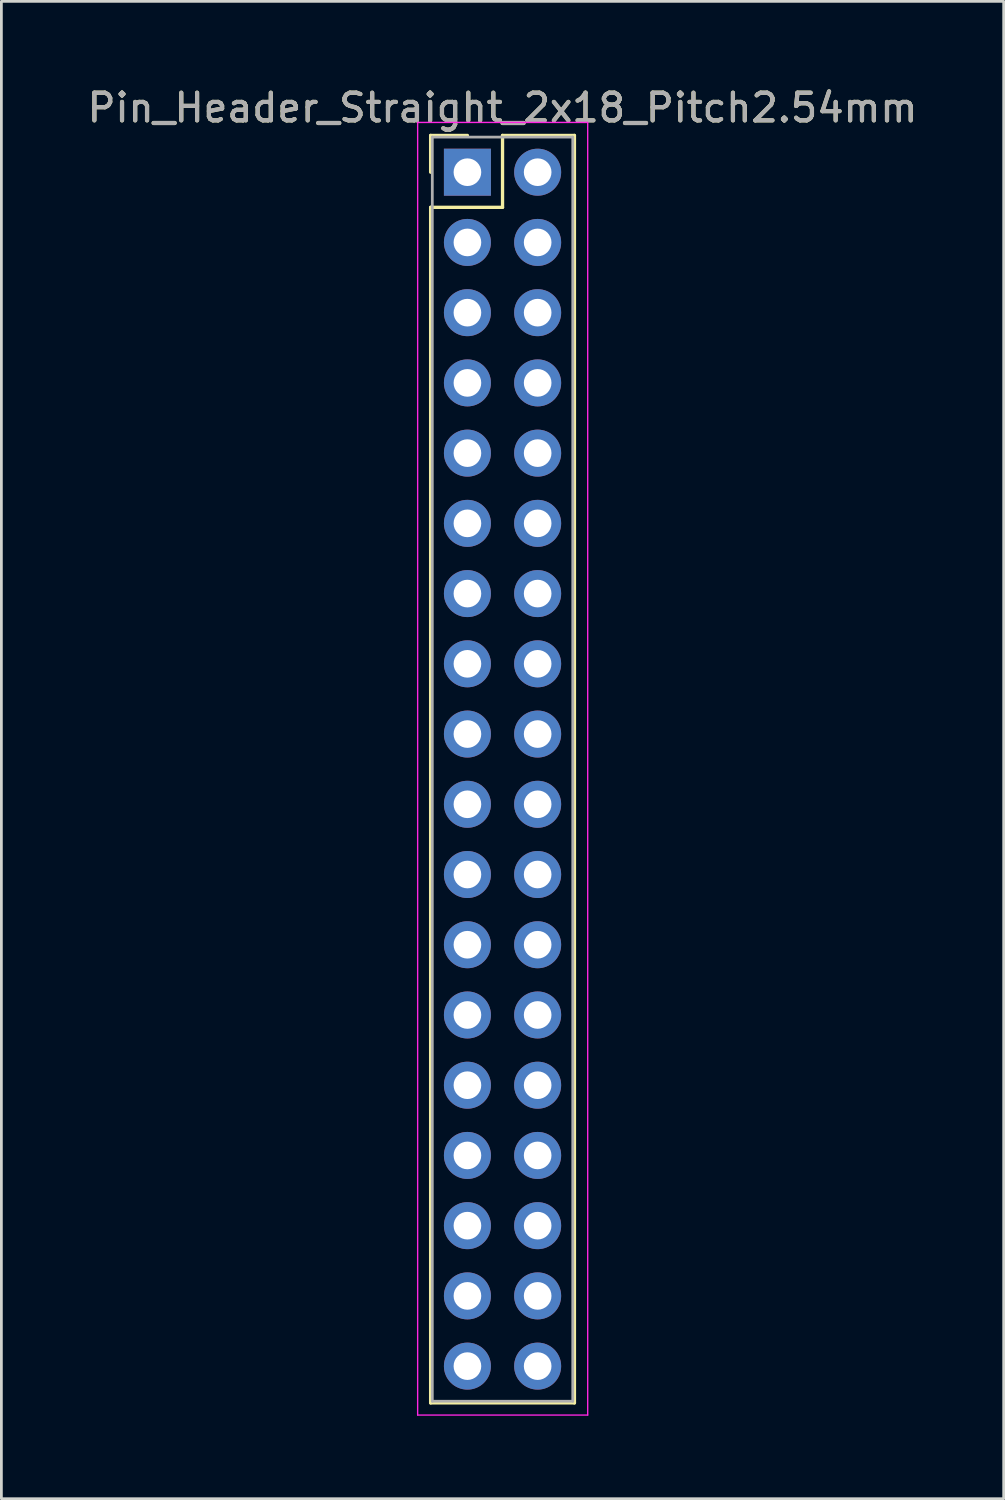
<source format=kicad_pcb>
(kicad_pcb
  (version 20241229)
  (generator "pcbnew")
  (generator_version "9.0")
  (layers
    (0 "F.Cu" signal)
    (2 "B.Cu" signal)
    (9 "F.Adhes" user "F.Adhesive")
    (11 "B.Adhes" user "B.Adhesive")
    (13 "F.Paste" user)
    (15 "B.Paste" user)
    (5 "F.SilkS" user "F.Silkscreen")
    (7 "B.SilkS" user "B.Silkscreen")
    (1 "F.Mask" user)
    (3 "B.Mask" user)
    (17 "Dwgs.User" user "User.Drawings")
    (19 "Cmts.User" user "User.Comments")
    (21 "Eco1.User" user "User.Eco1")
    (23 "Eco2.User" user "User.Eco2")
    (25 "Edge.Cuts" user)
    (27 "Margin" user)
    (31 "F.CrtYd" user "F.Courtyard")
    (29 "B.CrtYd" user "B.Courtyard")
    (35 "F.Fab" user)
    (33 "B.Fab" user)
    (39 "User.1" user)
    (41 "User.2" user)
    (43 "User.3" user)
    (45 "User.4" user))
  (footprint "Pin_Header_Straight_2x18_Pitch2.54mm"
    (layer "F.Cu")
    (at 13.855 3.178)
    (property "Reference" "Pin_Header_Straight_2x18_Pitch2.54mm" (at 1.27 -2.33 0) (layer "F.SilkS") (effects (font (size 1 1) (thickness 0.15))))
    (attr through_hole)
    (fp_line (start -1.33 -1.33) (end 0 -1.33) (stroke (width 0.12) (type solid)) (layer "F.SilkS"))
    (fp_line (start -1.33 0) (end -1.33 -1.33) (stroke (width 0.12) (type solid)) (layer "F.SilkS"))
    (fp_line (start -1.33 1.27) (end -1.33 44.51) (stroke (width 0.12) (type solid)) (layer "F.SilkS"))
    (fp_line (start -1.33 44.51) (end 3.87 44.51) (stroke (width 0.12) (type solid)) (layer "F.SilkS"))
    (fp_line (start 1.27 -1.33) (end 1.27 1.27) (stroke (width 0.12) (type solid)) (layer "F.SilkS"))
    (fp_line (start 1.27 1.27) (end -1.33 1.27) (stroke (width 0.12) (type solid)) (layer "F.SilkS"))
    (fp_line (start 3.87 -1.33) (end 1.27 -1.33) (stroke (width 0.12) (type solid)) (layer "F.SilkS"))
    (fp_line (start 3.87 44.51) (end 3.87 -1.33) (stroke (width 0.12) (type solid)) (layer "F.SilkS"))
    (fp_line (start -1.8 -1.8) (end -1.8 44.95) (stroke (width 0.05) (type solid)) (layer "F.CrtYd"))
    (fp_line (start -1.8 44.95) (end 4.35 44.95) (stroke (width 0.05) (type solid)) (layer "F.CrtYd"))
    (fp_line (start 4.35 -1.8) (end -1.8 -1.8) (stroke (width 0.05) (type solid)) (layer "F.CrtYd"))
    (fp_line (start 4.35 44.95) (end 4.35 -1.8) (stroke (width 0.05) (type solid)) (layer "F.CrtYd"))
    (fp_line (start -1.27 -1.27) (end -1.27 44.45) (stroke (width 0.1) (type solid)) (layer "F.Fab"))
    (fp_line (start -1.27 44.45) (end 3.81 44.45) (stroke (width 0.1) (type solid)) (layer "F.Fab"))
    (fp_line (start 3.81 -1.27) (end -1.27 -1.27) (stroke (width 0.1) (type solid)) (layer "F.Fab"))
    (fp_line (start 3.81 44.45) (end 3.81 -1.27) (stroke (width 0.1) (type solid)) (layer "F.Fab"))
    (fp_text user "${REFERENCE}" (at 1.27 -2.33 0) (layer "F.Fab") (effects (font (size 1 1) (thickness 0.15))))
    (pad "1" thru_hole rect (at 0 0) (size 1.7 1.7) (drill 1) (layers "*.Cu" "*.Mask"))
    (pad "2" thru_hole oval (at 2.54 0) (size 1.7 1.7) (drill 1) (layers "*.Cu" "*.Mask"))
    (pad "3" thru_hole oval (at 0 2.54) (size 1.7 1.7) (drill 1) (layers "*.Cu" "*.Mask"))
    (pad "4" thru_hole oval (at 2.54 2.54) (size 1.7 1.7) (drill 1) (layers "*.Cu" "*.Mask"))
    (pad "5" thru_hole oval (at 0 5.08) (size 1.7 1.7) (drill 1) (layers "*.Cu" "*.Mask"))
    (pad "6" thru_hole oval (at 2.54 5.08) (size 1.7 1.7) (drill 1) (layers "*.Cu" "*.Mask"))
    (pad "7" thru_hole oval (at 0 7.62) (size 1.7 1.7) (drill 1) (layers "*.Cu" "*.Mask"))
    (pad "8" thru_hole oval (at 2.54 7.62) (size 1.7 1.7) (drill 1) (layers "*.Cu" "*.Mask"))
    (pad "9" thru_hole oval (at 0 10.16) (size 1.7 1.7) (drill 1) (layers "*.Cu" "*.Mask"))
    (pad "10" thru_hole oval (at 2.54 10.16) (size 1.7 1.7) (drill 1) (layers "*.Cu" "*.Mask"))
    (pad "11" thru_hole oval (at 0 12.7) (size 1.7 1.7) (drill 1) (layers "*.Cu" "*.Mask"))
    (pad "12" thru_hole oval (at 2.54 12.7) (size 1.7 1.7) (drill 1) (layers "*.Cu" "*.Mask"))
    (pad "13" thru_hole oval (at 0 15.24) (size 1.7 1.7) (drill 1) (layers "*.Cu" "*.Mask"))
    (pad "14" thru_hole oval (at 2.54 15.24) (size 1.7 1.7) (drill 1) (layers "*.Cu" "*.Mask"))
    (pad "15" thru_hole oval (at 0 17.78) (size 1.7 1.7) (drill 1) (layers "*.Cu" "*.Mask"))
    (pad "16" thru_hole oval (at 2.54 17.78) (size 1.7 1.7) (drill 1) (layers "*.Cu" "*.Mask"))
    (pad "17" thru_hole oval (at 0 20.32) (size 1.7 1.7) (drill 1) (layers "*.Cu" "*.Mask"))
    (pad "18" thru_hole oval (at 2.54 20.32) (size 1.7 1.7) (drill 1) (layers "*.Cu" "*.Mask"))
    (pad "19" thru_hole oval (at 0 22.86) (size 1.7 1.7) (drill 1) (layers "*.Cu" "*.Mask"))
    (pad "20" thru_hole oval (at 2.54 22.86) (size 1.7 1.7) (drill 1) (layers "*.Cu" "*.Mask"))
    (pad "21" thru_hole oval (at 0 25.4) (size 1.7 1.7) (drill 1) (layers "*.Cu" "*.Mask"))
    (pad "22" thru_hole oval (at 2.54 25.4) (size 1.7 1.7) (drill 1) (layers "*.Cu" "*.Mask"))
    (pad "23" thru_hole oval (at 0 27.94) (size 1.7 1.7) (drill 1) (layers "*.Cu" "*.Mask"))
    (pad "24" thru_hole oval (at 2.54 27.94) (size 1.7 1.7) (drill 1) (layers "*.Cu" "*.Mask"))
    (pad "25" thru_hole oval (at 0 30.48) (size 1.7 1.7) (drill 1) (layers "*.Cu" "*.Mask"))
    (pad "26" thru_hole oval (at 2.54 30.48) (size 1.7 1.7) (drill 1) (layers "*.Cu" "*.Mask"))
    (pad "27" thru_hole oval (at 0 33.02) (size 1.7 1.7) (drill 1) (layers "*.Cu" "*.Mask"))
    (pad "28" thru_hole oval (at 2.54 33.02) (size 1.7 1.7) (drill 1) (layers "*.Cu" "*.Mask"))
    (pad "29" thru_hole oval (at 0 35.56) (size 1.7 1.7) (drill 1) (layers "*.Cu" "*.Mask"))
    (pad "30" thru_hole oval (at 2.54 35.56) (size 1.7 1.7) (drill 1) (layers "*.Cu" "*.Mask"))
    (pad "31" thru_hole oval (at 0 38.1) (size 1.7 1.7) (drill 1) (layers "*.Cu" "*.Mask"))
    (pad "32" thru_hole oval (at 2.54 38.1) (size 1.7 1.7) (drill 1) (layers "*.Cu" "*.Mask"))
    (pad "33" thru_hole oval (at 0 40.64) (size 1.7 1.7) (drill 1) (layers "*.Cu" "*.Mask"))
    (pad "34" thru_hole oval (at 2.54 40.64) (size 1.7 1.7) (drill 1) (layers "*.Cu" "*.Mask"))
    (pad "35" thru_hole oval (at 0 43.18) (size 1.7 1.7) (drill 1) (layers "*.Cu" "*.Mask"))
    (pad "36" thru_hole oval (at 2.54 43.18) (size 1.7 1.7) (drill 1) (layers "*.Cu" "*.Mask")))
  (gr_rect
    (start -3 -3)
    (end 33.25 51.153)
    (stroke (width 0.1) (type default))
    (fill no)
    (layer "Edge.Cuts")))
</source>
